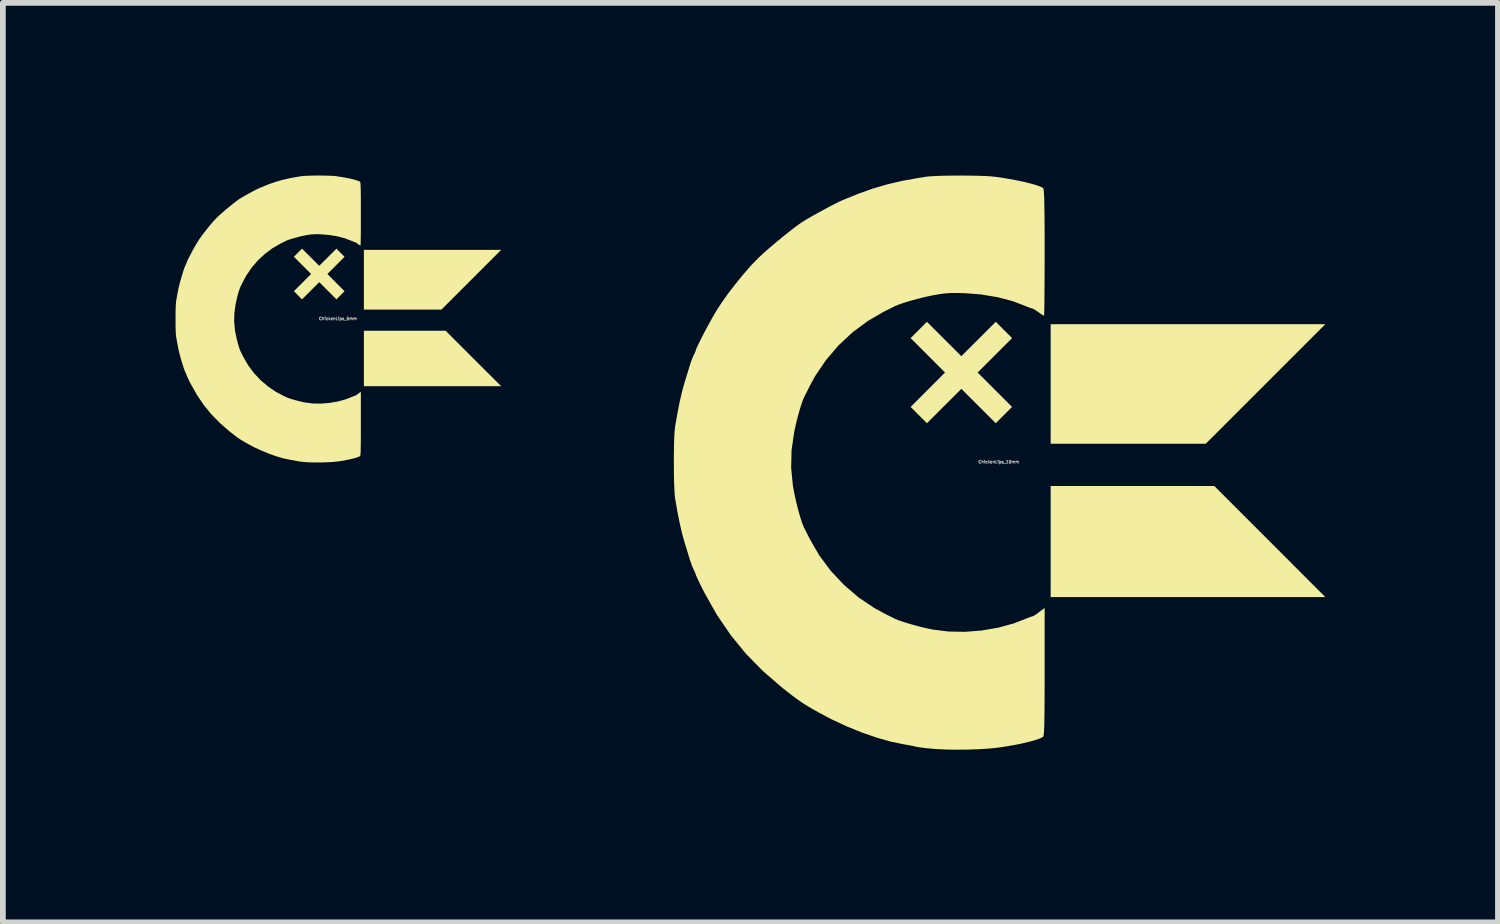
<source format=kicad_pcb>
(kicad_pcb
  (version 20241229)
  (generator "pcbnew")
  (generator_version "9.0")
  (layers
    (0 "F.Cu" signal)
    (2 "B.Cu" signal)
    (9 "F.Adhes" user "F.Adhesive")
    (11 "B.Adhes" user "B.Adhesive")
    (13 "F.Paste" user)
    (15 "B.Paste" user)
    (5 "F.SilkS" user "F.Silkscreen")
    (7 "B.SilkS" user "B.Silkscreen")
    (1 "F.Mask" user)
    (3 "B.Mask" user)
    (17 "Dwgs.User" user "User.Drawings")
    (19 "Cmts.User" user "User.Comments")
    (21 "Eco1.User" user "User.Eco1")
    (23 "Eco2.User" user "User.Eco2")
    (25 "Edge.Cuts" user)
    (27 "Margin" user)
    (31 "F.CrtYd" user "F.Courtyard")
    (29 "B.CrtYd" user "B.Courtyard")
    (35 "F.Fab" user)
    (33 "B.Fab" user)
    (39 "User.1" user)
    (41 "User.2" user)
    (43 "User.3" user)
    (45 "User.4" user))
  (footprint "ChickenLips_10mm"
    (layer "F.Cu")
    (at 14.302 4.974)
    (property "Reference" "ChickenLips_10mm" (at 0 0 0) (layer "F.Fab") (effects (font (size 0.05 0.05) (thickness 0.013))))
    (attr board_only exclude_from_pos_files exclude_from_bom)
    (fp_poly (pts (xy 3.597 -0.315) (xy 0.902 -0.315) (xy 0.902 -2.391) (xy 5.673 -2.391)) (stroke (width 0) (type solid)) (fill yes) (layer "F.SilkS"))
    (fp_poly (pts (xy 4.709 1.384) (xy 5.673 2.349) (xy 0.902 2.349) (xy 0.902 0.419) (xy 3.744 0.419)) (stroke (width 0) (type solid)) (fill yes) (layer "F.SilkS"))
    (fp_poly (pts (xy 0.089 -2.292) (xy 0.231 -2.15) (xy -0.068 -1.851) (xy -0.367 -1.552) (xy -0.068 -1.253) (xy 0.231 -0.954) (xy -0.052 -0.671) (xy -0.351 -0.97) (xy -0.65 -1.268) (xy -0.949 -0.97) (xy -1.248 -0.671) (xy -1.39 -0.813) (xy -1.531 -0.954) (xy -1.232 -1.253) (xy -0.934 -1.552) (xy -1.232 -1.851) (xy -1.531 -2.15) (xy -1.248 -2.433) (xy -0.949 -2.134) (xy -0.65 -1.836) (xy -0.351 -2.134) (xy -0.052 -2.433)) (stroke (width 0) (type solid)) (fill yes) (layer "F.SilkS"))
    (fp_poly (pts (xy -0.469 -4.972) (xy -0.322 -4.969) (xy -0.195 -4.964) (xy -0.096 -4.956) (xy -0.063 -4.953) (xy 0.123 -4.925) (xy 0.296 -4.894) (xy 0.451 -4.861) (xy 0.583 -4.828) (xy 0.686 -4.796) (xy 0.754 -4.767) (xy 0.771 -4.756) (xy 0.777 -4.742) (xy 0.782 -4.709) (xy 0.786 -4.655) (xy 0.79 -4.576) (xy 0.792 -4.47) (xy 0.794 -4.333) (xy 0.796 -4.164) (xy 0.797 -3.96) (xy 0.797 -3.717) (xy 0.797 -3.636) (xy 0.797 -3.426) (xy 0.796 -3.229) (xy 0.795 -3.049) (xy 0.794 -2.89) (xy 0.793 -2.756) (xy 0.791 -2.651) (xy 0.789 -2.578) (xy 0.787 -2.541) (xy 0.786 -2.538) (xy 0.765 -2.549) (xy 0.721 -2.578) (xy 0.689 -2.601) (xy 0.635 -2.637) (xy 0.595 -2.66) (xy 0.582 -2.664) (xy 0.551 -2.672) (xy 0.502 -2.692) (xy 0.496 -2.694) (xy 0.252 -2.789) (xy -0.02 -2.861) (xy -0.313 -2.909) (xy -0.584 -2.93) (xy -0.719 -2.934) (xy -0.827 -2.934) (xy -0.924 -2.927) (xy -1.022 -2.915) (xy -1.138 -2.894) (xy -1.14 -2.894) (xy -1.261 -2.869) (xy -1.391 -2.837) (xy -1.522 -2.802) (xy -1.641 -2.766) (xy -1.739 -2.732) (xy -1.803 -2.706) (xy -1.836 -2.689) (xy -1.896 -2.659) (xy -1.97 -2.622) (xy -1.993 -2.611) (xy -2.276 -2.447) (xy -2.543 -2.248) (xy -2.788 -2.019) (xy -3.005 -1.764) (xy -3.19 -1.49) (xy -3.282 -1.321) (xy -3.321 -1.243) (xy -3.355 -1.176) (xy -3.377 -1.132) (xy -3.381 -1.125) (xy -3.41 -1.055) (xy -3.444 -0.953) (xy -3.48 -0.829) (xy -3.516 -0.69) (xy -3.548 -0.547) (xy -3.555 -0.511) (xy -3.6 -0.2) (xy -3.607 0.104) (xy -3.577 0.411) (xy -3.555 0.532) (xy -3.524 0.675) (xy -3.49 0.815) (xy -3.454 0.944) (xy -3.419 1.053) (xy -3.388 1.132) (xy -3.381 1.146) (xy -3.362 1.183) (xy -3.331 1.245) (xy -3.293 1.321) (xy -3.282 1.342) (xy -3.118 1.626) (xy -2.919 1.893) (xy -2.69 2.137) (xy -2.436 2.355) (xy -2.161 2.54) (xy -1.993 2.632) (xy -1.916 2.67) (xy -1.851 2.703) (xy -1.809 2.724) (xy -1.803 2.727) (xy -1.733 2.755) (xy -1.633 2.789) (xy -1.512 2.825) (xy -1.382 2.861) (xy -1.251 2.892) (xy -1.14 2.915) (xy -0.871 2.948) (xy -0.586 2.953) (xy -0.294 2.93) (xy -0.007 2.88) (xy 0.264 2.806) (xy 0.496 2.715) (xy 0.547 2.695) (xy 0.582 2.685) (xy 0.584 2.685) (xy 0.611 2.673) (xy 0.659 2.642) (xy 0.701 2.611) (xy 0.797 2.538) (xy 0.797 3.647) (xy 0.797 3.903) (xy 0.796 4.12) (xy 0.795 4.301) (xy 0.793 4.448) (xy 0.791 4.564) (xy 0.788 4.652) (xy 0.784 4.714) (xy 0.779 4.754) (xy 0.773 4.774) (xy 0.771 4.777) (xy 0.719 4.804) (xy 0.632 4.835) (xy 0.517 4.866) (xy 0.38 4.898) (xy 0.229 4.927) (xy 0.07 4.953) (xy -0.052 4.97) (xy -0.193 4.983) (xy -0.362 4.993) (xy -0.546 4.999) (xy -0.734 5.001) (xy -0.911 4.998) (xy -1.065 4.991) (xy -1.067 4.991) (xy -1.178 4.982) (xy -1.283 4.972) (xy -1.37 4.96) (xy -1.424 4.951) (xy -1.502 4.934) (xy -1.594 4.917) (xy -1.646 4.908) (xy -1.872 4.862) (xy -2.121 4.791) (xy -2.382 4.701) (xy -2.648 4.593) (xy -2.909 4.471) (xy -3.098 4.371) (xy -3.218 4.304) (xy -3.314 4.248) (xy -3.396 4.197) (xy -3.473 4.145) (xy -3.555 4.086) (xy -3.649 4.013) (xy -3.767 3.92) (xy -3.775 3.913) (xy -4.102 3.63) (xy -4.396 3.33) (xy -4.659 3.007) (xy -4.898 2.656) (xy -5.114 2.273) (xy -5.149 2.204) (xy -5.194 2.114) (xy -5.23 2.038) (xy -5.255 1.983) (xy -5.265 1.957) (xy -5.265 1.957) (xy -5.274 1.928) (xy -5.296 1.882) (xy -5.298 1.877) (xy -5.323 1.822) (xy -5.351 1.746) (xy -5.37 1.688) (xy -5.395 1.606) (xy -5.426 1.504) (xy -5.458 1.401) (xy -5.463 1.384) (xy -5.503 1.24) (xy -5.544 1.062) (xy -5.584 0.86) (xy -5.622 0.641) (xy -5.624 0.629) (xy -5.631 0.557) (xy -5.637 0.451) (xy -5.642 0.32) (xy -5.644 0.172) (xy -5.645 0.016) (xy -5.644 -0.141) (xy -5.642 -0.29) (xy -5.638 -0.422) (xy -5.632 -0.53) (xy -5.624 -0.605) (xy -5.624 -0.608) (xy -5.586 -0.827) (xy -5.546 -1.031) (xy -5.505 -1.21) (xy -5.465 -1.357) (xy -5.463 -1.363) (xy -5.432 -1.464) (xy -5.4 -1.568) (xy -5.374 -1.655) (xy -5.37 -1.667) (xy -5.344 -1.747) (xy -5.316 -1.819) (xy -5.298 -1.856) (xy -5.275 -1.904) (xy -5.265 -1.935) (xy -5.265 -1.936) (xy -5.255 -1.965) (xy -5.228 -2.024) (xy -5.188 -2.106) (xy -5.139 -2.203) (xy -5.083 -2.309) (xy -5.025 -2.416) (xy -4.968 -2.518) (xy -4.916 -2.608) (xy -4.904 -2.628) (xy -4.813 -2.768) (xy -4.7 -2.927) (xy -4.572 -3.093) (xy -4.439 -3.256) (xy -4.309 -3.406) (xy -4.196 -3.524) (xy -4.118 -3.598) (xy -4.017 -3.688) (xy -3.9 -3.788) (xy -3.777 -3.89) (xy -3.656 -3.987) (xy -3.546 -4.073) (xy -3.455 -4.139) (xy -3.429 -4.157) (xy -3.351 -4.206) (xy -3.246 -4.267) (xy -3.126 -4.334) (xy -3.001 -4.402) (xy -2.881 -4.465) (xy -2.778 -4.517) (xy -2.71 -4.548) (xy -2.442 -4.657) (xy -2.19 -4.747) (xy -1.941 -4.82) (xy -1.682 -4.881) (xy -1.399 -4.932) (xy -1.269 -4.953) (xy -1.189 -4.961) (xy -1.076 -4.967) (xy -0.939 -4.971) (xy -0.787 -4.973) (xy -0.627 -4.974)) (stroke (width 0) (type solid)) (fill yes) (layer "F.SilkS")))
  (footprint "ChickenLips_5mm"
    (layer "F.Cu")
    (at 2.821 2.486)
    (property "Reference" "ChickenLips_5mm" (at 0 0 0) (layer "F.Fab") (effects (font (size 0.05 0.05) (thickness 0.013))))
    (attr board_only exclude_from_pos_files exclude_from_bom)
    (fp_poly (pts (xy 1.798 -0.157) (xy 0.451 -0.157) (xy 0.451 -1.195) (xy 2.836 -1.195)) (stroke (width 0) (type solid)) (fill yes) (layer "F.SilkS"))
    (fp_poly (pts (xy 2.836 1.174) (xy 0.451 1.174) (xy 0.451 0.21) (xy 1.871 0.21)) (stroke (width 0) (type solid)) (fill yes) (layer "F.SilkS"))
    (fp_poly (pts (xy 0.115 -1.075) (xy -0.034 -0.925) (xy -0.183 -0.776) (xy -0.034 -0.626) (xy 0.115 -0.477) (xy 0.045 -0.406) (xy -0.026 -0.335) (xy -0.325 -0.634) (xy -0.624 -0.335) (xy -0.695 -0.406) (xy -0.765 -0.477) (xy -0.616 -0.626) (xy -0.467 -0.776) (xy -0.616 -0.925) (xy -0.765 -1.075) (xy -0.624 -1.216) (xy -0.474 -1.067) (xy -0.325 -0.918) (xy -0.175 -1.067) (xy -0.026 -1.216)) (stroke (width 0) (type solid)) (fill yes) (layer "F.SilkS"))
    (fp_poly (pts (xy -0.235 -2.485) (xy -0.161 -2.483) (xy -0.097 -2.481) (xy -0.048 -2.477) (xy -0.031 -2.475) (xy 0.061 -2.461) (xy 0.148 -2.446) (xy 0.226 -2.43) (xy 0.291 -2.413) (xy 0.343 -2.397) (xy 0.377 -2.382) (xy 0.385 -2.377) (xy 0.388 -2.37) (xy 0.391 -2.354) (xy 0.393 -2.326) (xy 0.395 -2.287) (xy 0.396 -2.234) (xy 0.397 -2.166) (xy 0.398 -2.081) (xy 0.398 -1.979) (xy 0.398 -1.858) (xy 0.398 -1.817) (xy 0.398 -1.712) (xy 0.398 -1.614) (xy 0.398 -1.524) (xy 0.397 -1.444) (xy 0.396 -1.377) (xy 0.395 -1.325) (xy 0.394 -1.288) (xy 0.393 -1.27) (xy 0.393 -1.268) (xy 0.382 -1.274) (xy 0.36 -1.288) (xy 0.344 -1.3) (xy 0.318 -1.318) (xy 0.297 -1.329) (xy 0.291 -1.331) (xy 0.275 -1.335) (xy 0.251 -1.345) (xy 0.248 -1.347) (xy 0.126 -1.394) (xy -0.01 -1.43) (xy -0.156 -1.454) (xy -0.292 -1.465) (xy -0.359 -1.467) (xy -0.414 -1.466) (xy -0.462 -1.463) (xy -0.511 -1.457) (xy -0.569 -1.447) (xy -0.57 -1.446) (xy -0.63 -1.434) (xy -0.695 -1.418) (xy -0.761 -1.4) (xy -0.82 -1.382) (xy -0.869 -1.366) (xy -0.901 -1.352) (xy -0.918 -1.344) (xy -0.947 -1.329) (xy -0.985 -1.31) (xy -0.996 -1.305) (xy -1.138 -1.223) (xy -1.271 -1.123) (xy -1.393 -1.009) (xy -1.502 -0.882) (xy -1.594 -0.745) (xy -1.64 -0.66) (xy -1.66 -0.621) (xy -1.677 -0.588) (xy -1.688 -0.566) (xy -1.69 -0.562) (xy -1.704 -0.527) (xy -1.722 -0.477) (xy -1.74 -0.414) (xy -1.757 -0.345) (xy -1.773 -0.273) (xy -1.777 -0.255) (xy -1.799 -0.1) (xy -1.803 0.052) (xy -1.788 0.206) (xy -1.777 0.266) (xy -1.762 0.337) (xy -1.744 0.407) (xy -1.726 0.472) (xy -1.709 0.526) (xy -1.693 0.566) (xy -1.69 0.573) (xy -1.68 0.591) (xy -1.665 0.622) (xy -1.646 0.66) (xy -1.64 0.671) (xy -1.558 0.813) (xy -1.459 0.946) (xy -1.344 1.068) (xy -1.217 1.177) (xy -1.08 1.27) (xy -0.996 1.315) (xy -0.957 1.335) (xy -0.925 1.351) (xy -0.904 1.361) (xy -0.901 1.363) (xy -0.866 1.377) (xy -0.816 1.394) (xy -0.756 1.412) (xy -0.691 1.43) (xy -0.625 1.445) (xy -0.57 1.457) (xy -0.435 1.474) (xy -0.293 1.476) (xy -0.147 1.464) (xy -0.004 1.44) (xy 0.132 1.403) (xy 0.248 1.357) (xy 0.273 1.347) (xy 0.291 1.342) (xy 0.292 1.342) (xy 0.305 1.336) (xy 0.329 1.321) (xy 0.35 1.305) (xy 0.398 1.269) (xy 0.398 1.823) (xy 0.398 1.951) (xy 0.398 2.059) (xy 0.397 2.15) (xy 0.396 2.223) (xy 0.395 2.281) (xy 0.394 2.325) (xy 0.392 2.356) (xy 0.389 2.376) (xy 0.386 2.386) (xy 0.385 2.387) (xy 0.359 2.401) (xy 0.316 2.416) (xy 0.258 2.432) (xy 0.19 2.448) (xy 0.114 2.463) (xy 0.035 2.476) (xy -0.026 2.484) (xy -0.096 2.491) (xy -0.181 2.495) (xy -0.273 2.498) (xy -0.367 2.499) (xy -0.455 2.498) (xy -0.533 2.495) (xy -0.534 2.495) (xy -0.589 2.49) (xy -0.641 2.485) (xy -0.685 2.479) (xy -0.712 2.474) (xy -0.75 2.466) (xy -0.797 2.457) (xy -0.823 2.453) (xy -0.936 2.43) (xy -1.06 2.395) (xy -1.191 2.349) (xy -1.323 2.295) (xy -1.454 2.235) (xy -1.548 2.185) (xy -1.608 2.151) (xy -1.656 2.123) (xy -1.697 2.098) (xy -1.736 2.072) (xy -1.777 2.042) (xy -1.824 2.005) (xy -1.883 1.959) (xy -1.887 1.956) (xy -2.05 1.814) (xy -2.197 1.664) (xy -2.329 1.503) (xy -2.448 1.327) (xy -2.556 1.136) (xy -2.574 1.102) (xy -2.596 1.057) (xy -2.614 1.019) (xy -2.626 0.991) (xy -2.631 0.978) (xy -2.631 0.978) (xy -2.636 0.964) (xy -2.647 0.94) (xy -2.648 0.938) (xy -2.66 0.911) (xy -2.674 0.873) (xy -2.684 0.844) (xy -2.696 0.803) (xy -2.712 0.752) (xy -2.728 0.7) (xy -2.73 0.692) (xy -2.75 0.62) (xy -2.771 0.531) (xy -2.791 0.43) (xy -2.81 0.32) (xy -2.811 0.314) (xy -2.815 0.278) (xy -2.818 0.226) (xy -2.82 0.16) (xy -2.821 0.086) (xy -2.821 0.008) (xy -2.821 -0.071) (xy -2.82 -0.145) (xy -2.818 -0.211) (xy -2.815 -0.265) (xy -2.811 -0.302) (xy -2.811 -0.304) (xy -2.792 -0.414) (xy -2.772 -0.515) (xy -2.751 -0.605) (xy -2.731 -0.678) (xy -2.73 -0.681) (xy -2.715 -0.732) (xy -2.699 -0.784) (xy -2.686 -0.827) (xy -2.684 -0.833) (xy -2.671 -0.873) (xy -2.657 -0.909) (xy -2.648 -0.928) (xy -2.637 -0.951) (xy -2.631 -0.967) (xy -2.631 -0.968) (xy -2.626 -0.982) (xy -2.613 -1.012) (xy -2.593 -1.053) (xy -2.568 -1.101) (xy -2.54 -1.154) (xy -2.511 -1.208) (xy -2.483 -1.259) (xy -2.457 -1.303) (xy -2.451 -1.313) (xy -2.406 -1.384) (xy -2.349 -1.463) (xy -2.285 -1.546) (xy -2.219 -1.627) (xy -2.154 -1.702) (xy -2.097 -1.761) (xy -2.058 -1.798) (xy -2.007 -1.843) (xy -1.949 -1.893) (xy -1.888 -1.944) (xy -1.827 -1.993) (xy -1.772 -2.036) (xy -1.727 -2.069) (xy -1.714 -2.078) (xy -1.675 -2.102) (xy -1.622 -2.133) (xy -1.562 -2.166) (xy -1.5 -2.2) (xy -1.44 -2.232) (xy -1.388 -2.258) (xy -1.354 -2.273) (xy -1.22 -2.328) (xy -1.095 -2.372) (xy -0.97 -2.409) (xy -0.841 -2.439) (xy -0.699 -2.465) (xy -0.634 -2.475) (xy -0.594 -2.479) (xy -0.538 -2.482) (xy -0.469 -2.484) (xy -0.393 -2.486) (xy -0.313 -2.486)) (stroke (width 0) (type solid)) (fill yes) (layer "F.SilkS")))
  (gr_rect
    (start -3 -3)
    (end 22.975 12.974)
    (stroke (width 0.1) (type default))
    (fill no)
    (layer "Edge.Cuts")))
</source>
